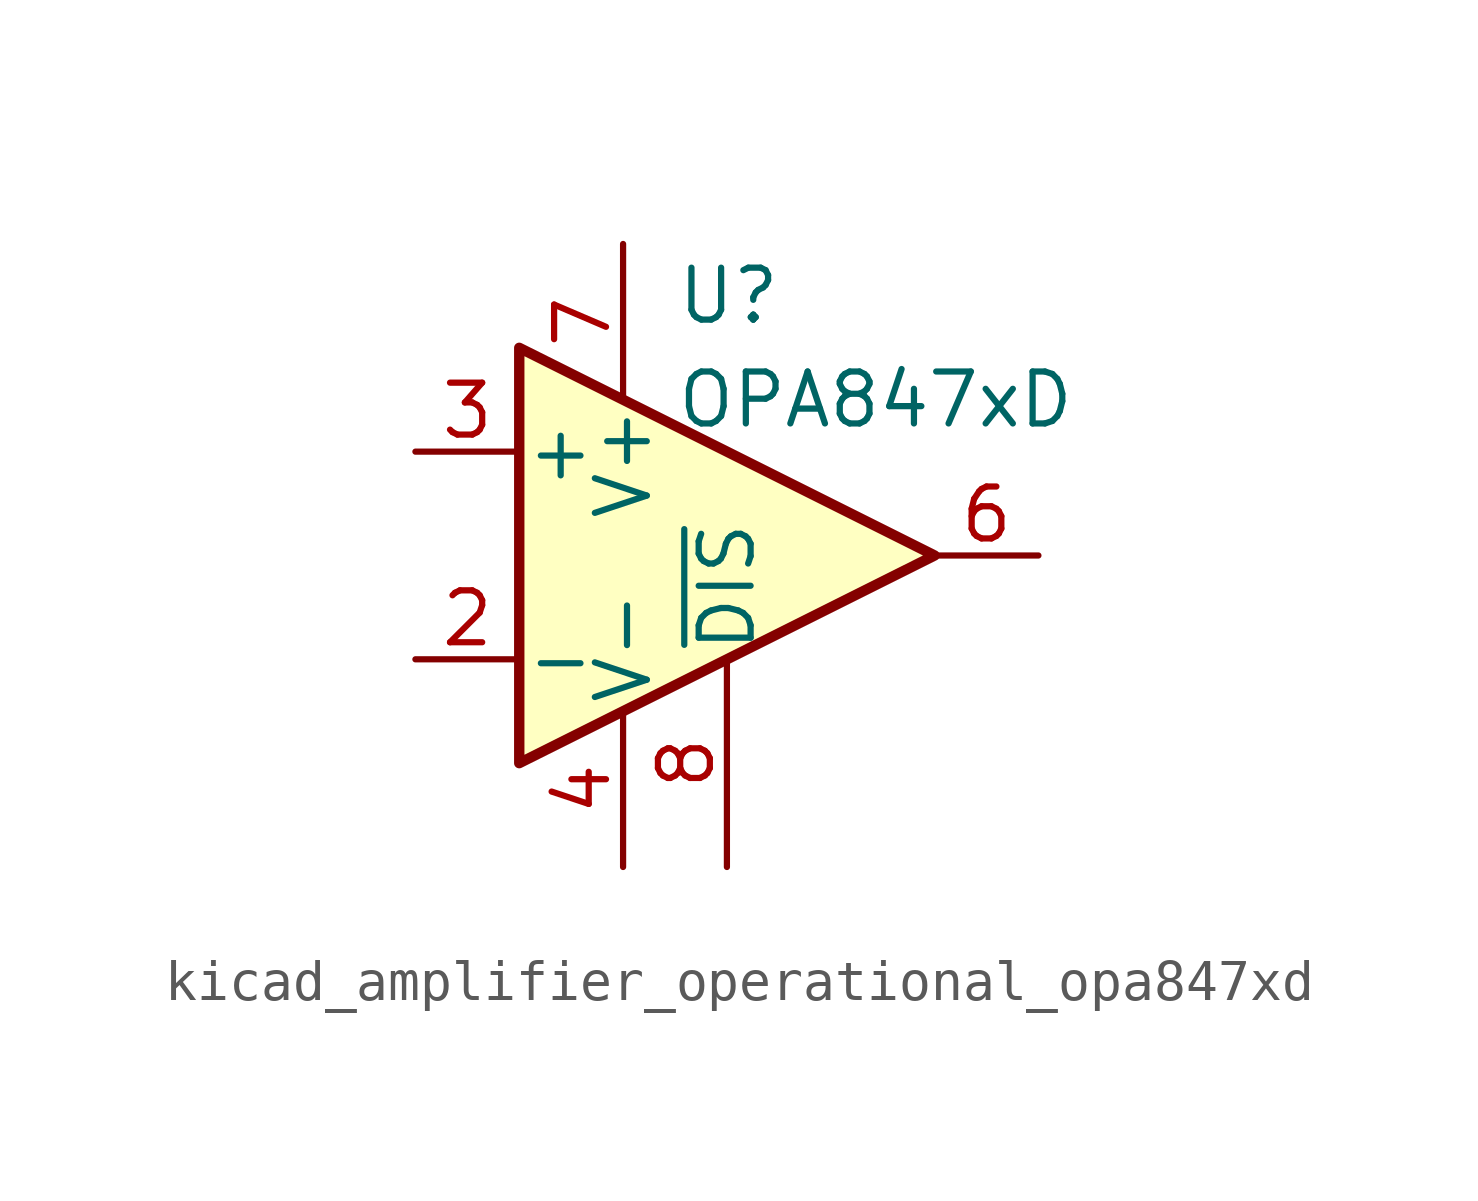
<source format=kicad_sym>
(kicad_symbol_lib
  (version 20220914)
  (generator kicad_symbol_editor)
  (symbol "kicad_amplifier_operational_opa847xd"
    (pin_names
      (offset 0.127))
    (property "Reference" "U"
      (at -1.27 6.35 0)
      (effects (font (size 1.27 1.27)) (justify left)))
    (property "Value" "OPA847xD"
      (at -1.27 3.81 0)
      (effects (font (size 1.27 1.27)) (justify left)))
    (symbol "kicad_amplifier_operational_opa847xd_0_1"
      (polyline (pts (xy -5.08 5.08) (xy 5.08 0) (xy -5.08 -5.08) (xy -5.08 5.08)) (stroke (width 0.254) (type default)) (fill (type background)))
      (pin power_in line (at -2.54 -7.62 90) (length 3.81) (name "V-" (effects (font (size 1.27 1.27)))) (number "4" (effects (font (size 1.27 1.27)))))
      (pin power_in line (at -2.54 7.62 270) (length 3.81) (name "V+" (effects (font (size 1.27 1.27)))) (number "7" (effects (font (size 1.27 1.27))))))
    (symbol "kicad_amplifier_operational_opa847xd_1_1"
      (pin no_connect line (at -5.08 5.08 270) (length 2.54) hide (name "NC" (effects (font (size 1.27 1.27)))) (number "1" (effects (font (size 1.27 1.27)))))
      (pin input line (at -7.62 -2.54 0) (length 2.54) (name "-" (effects (font (size 1.27 1.27)))) (number "2" (effects (font (size 1.27 1.27)))))
      (pin input line (at -7.62 2.54 0) (length 2.54) (name "+" (effects (font (size 1.27 1.27)))) (number "3" (effects (font (size 1.27 1.27)))))
      (pin no_connect line (at -5.08 -5.08 90) (length 3.81) hide (name "NC" (effects (font (size 1.27 1.27)))) (number "5" (effects (font (size 1.27 1.27)))))
      (pin output line (at 7.62 0 180) (length 2.54) (name "~" (effects (font (size 1.27 1.27)))) (number "6" (effects (font (size 1.27 1.27)))))
      (pin input line (at 0 -7.62 90) (length 5.08) (name "~{DIS}" (effects (font (size 1.27 1.27)))) (number "8" (effects (font (size 1.27 1.27))))))))
</source>
